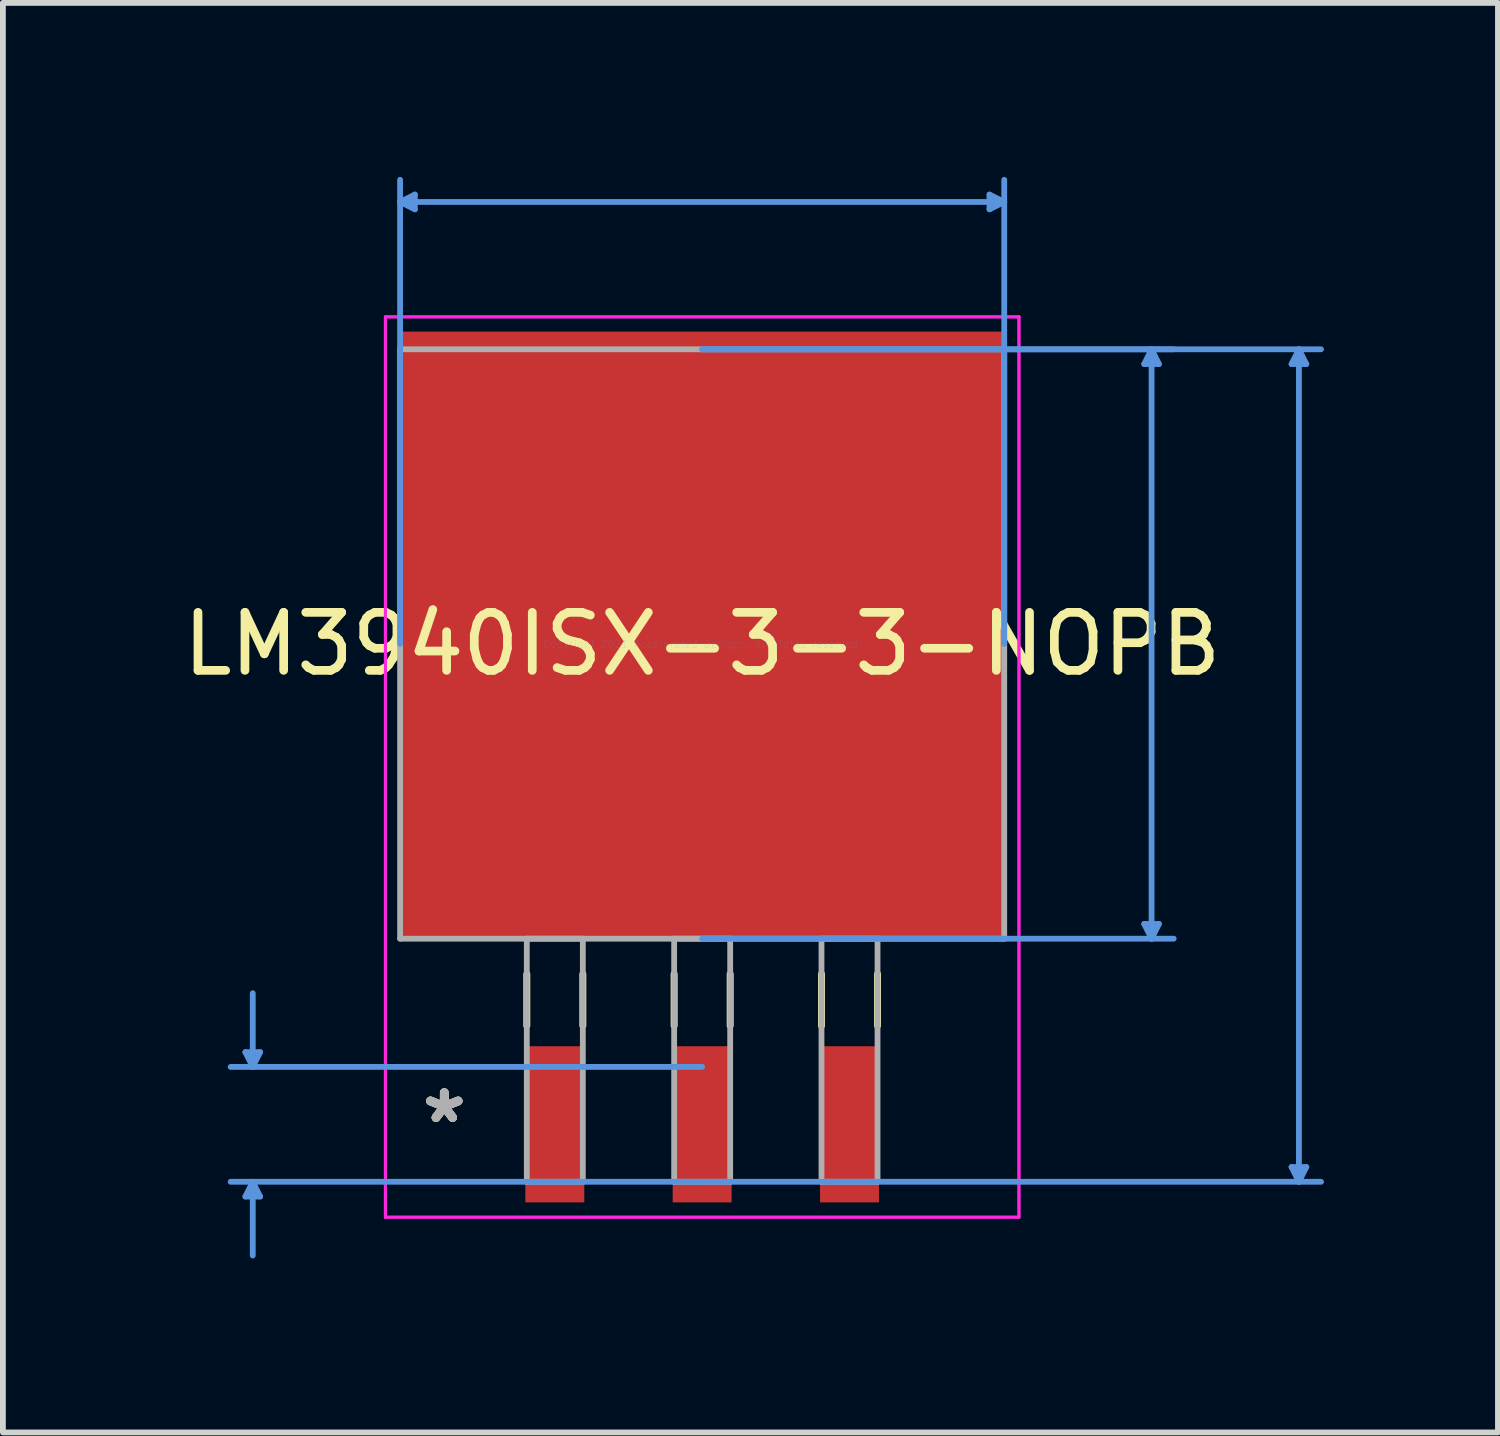
<source format=kicad_pcb>
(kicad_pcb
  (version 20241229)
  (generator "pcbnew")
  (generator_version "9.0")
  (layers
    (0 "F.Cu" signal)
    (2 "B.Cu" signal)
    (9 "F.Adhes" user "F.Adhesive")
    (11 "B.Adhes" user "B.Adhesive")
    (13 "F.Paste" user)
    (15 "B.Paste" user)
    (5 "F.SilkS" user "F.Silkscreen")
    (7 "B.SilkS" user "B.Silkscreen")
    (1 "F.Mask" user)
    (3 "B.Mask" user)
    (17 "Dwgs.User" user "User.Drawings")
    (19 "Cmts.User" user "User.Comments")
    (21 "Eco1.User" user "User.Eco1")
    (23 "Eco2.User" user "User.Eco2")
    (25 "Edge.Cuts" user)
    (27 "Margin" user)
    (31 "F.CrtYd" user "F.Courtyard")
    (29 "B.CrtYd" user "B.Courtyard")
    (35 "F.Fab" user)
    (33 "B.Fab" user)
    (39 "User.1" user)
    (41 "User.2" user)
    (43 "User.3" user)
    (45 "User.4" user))
  (footprint "LM3940ISX-3-3-NOPB"
    (layer "F.Cu")
    (at 9.054 8.051)
    (property "Reference" "LM3940ISX-3-3-NOPB" (at 0 0 0) (layer "F.SilkS") (effects (font (size 1 1) (thickness 0.15))))
    (attr through_hole)
    (fp_line (start -3.023 5.69) (end -3.023 6.579) (stroke (width 0.12) (type solid)) (layer "F.SilkS"))
    (fp_line (start -2.057 5.69) (end -2.057 6.579) (stroke (width 0.12) (type solid)) (layer "F.SilkS"))
    (fp_line (start -0.483 5.69) (end -0.483 6.579) (stroke (width 0.12) (type solid)) (layer "F.SilkS"))
    (fp_line (start 0.483 5.69) (end 0.483 6.579) (stroke (width 0.12) (type solid)) (layer "F.SilkS"))
    (fp_line (start 2.057 5.69) (end 2.057 6.579) (stroke (width 0.12) (type solid)) (layer "F.SilkS"))
    (fp_line (start 3.023 5.69) (end 3.023 6.579) (stroke (width 0.12) (type solid)) (layer "F.SilkS"))
    (fp_line (start -7.874 7.036) (end -7.62 7.036) (stroke (width 0.1) (type solid)) (layer "Cmts.User"))
    (fp_line (start -7.874 9.525) (end -7.62 9.525) (stroke (width 0.1) (type solid)) (layer "Cmts.User"))
    (fp_line (start -7.747 7.29) (end -7.874 7.036) (stroke (width 0.1) (type solid)) (layer "Cmts.User"))
    (fp_line (start -7.747 7.29) (end -7.747 6.02) (stroke (width 0.1) (type solid)) (layer "Cmts.User"))
    (fp_line (start -7.747 7.29) (end -7.62 7.036) (stroke (width 0.1) (type solid)) (layer "Cmts.User"))
    (fp_line (start -7.747 9.271) (end -7.874 9.525) (stroke (width 0.1) (type solid)) (layer "Cmts.User"))
    (fp_line (start -7.747 9.271) (end -7.747 10.541) (stroke (width 0.1) (type solid)) (layer "Cmts.User"))
    (fp_line (start -7.747 9.271) (end -7.62 9.525) (stroke (width 0.1) (type solid)) (layer "Cmts.User"))
    (fp_line (start -5.207 -7.62) (end -4.953 -7.747) (stroke (width 0.1) (type solid)) (layer "Cmts.User"))
    (fp_line (start -5.207 -7.62) (end -4.953 -7.493) (stroke (width 0.1) (type solid)) (layer "Cmts.User"))
    (fp_line (start -5.207 -7.62) (end 5.207 -7.62) (stroke (width 0.1) (type solid)) (layer "Cmts.User"))
    (fp_line (start -5.207 0) (end -5.207 -8.001) (stroke (width 0.1) (type solid)) (layer "Cmts.User"))
    (fp_line (start -4.953 -7.747) (end -4.953 -7.493) (stroke (width 0.1) (type solid)) (layer "Cmts.User"))
    (fp_line (start 0 -5.08) (end 8.128 -5.08) (stroke (width 0.1) (type solid)) (layer "Cmts.User"))
    (fp_line (start 0 -5.08) (end 10.668 -5.08) (stroke (width 0.1) (type solid)) (layer "Cmts.User"))
    (fp_line (start 0 5.08) (end 8.128 5.08) (stroke (width 0.1) (type solid)) (layer "Cmts.User"))
    (fp_line (start 0 7.29) (end -8.128 7.29) (stroke (width 0.1) (type solid)) (layer "Cmts.User"))
    (fp_line (start 0 9.271) (end -8.128 9.271) (stroke (width 0.1) (type solid)) (layer "Cmts.User"))
    (fp_line (start 0 9.271) (end 10.668 9.271) (stroke (width 0.1) (type solid)) (layer "Cmts.User"))
    (fp_line (start 4.953 -7.747) (end 4.953 -7.493) (stroke (width 0.1) (type solid)) (layer "Cmts.User"))
    (fp_line (start 5.207 -7.62) (end 4.953 -7.747) (stroke (width 0.1) (type solid)) (layer "Cmts.User"))
    (fp_line (start 5.207 -7.62) (end 4.953 -7.493) (stroke (width 0.1) (type solid)) (layer "Cmts.User"))
    (fp_line (start 5.207 0) (end 5.207 -8.001) (stroke (width 0.1) (type solid)) (layer "Cmts.User"))
    (fp_line (start 7.62 -4.826) (end 7.874 -4.826) (stroke (width 0.1) (type solid)) (layer "Cmts.User"))
    (fp_line (start 7.62 4.826) (end 7.874 4.826) (stroke (width 0.1) (type solid)) (layer "Cmts.User"))
    (fp_line (start 7.747 -5.08) (end 7.62 -4.826) (stroke (width 0.1) (type solid)) (layer "Cmts.User"))
    (fp_line (start 7.747 -5.08) (end 7.747 5.08) (stroke (width 0.1) (type solid)) (layer "Cmts.User"))
    (fp_line (start 7.747 -5.08) (end 7.874 -4.826) (stroke (width 0.1) (type solid)) (layer "Cmts.User"))
    (fp_line (start 7.747 5.08) (end 7.62 4.826) (stroke (width 0.1) (type solid)) (layer "Cmts.User"))
    (fp_line (start 7.747 5.08) (end 7.874 4.826) (stroke (width 0.1) (type solid)) (layer "Cmts.User"))
    (fp_line (start 10.16 -4.826) (end 10.414 -4.826) (stroke (width 0.1) (type solid)) (layer "Cmts.User"))
    (fp_line (start 10.16 9.017) (end 10.414 9.017) (stroke (width 0.1) (type solid)) (layer "Cmts.User"))
    (fp_line (start 10.287 -5.08) (end 10.16 -4.826) (stroke (width 0.1) (type solid)) (layer "Cmts.User"))
    (fp_line (start 10.287 -5.08) (end 10.287 9.271) (stroke (width 0.1) (type solid)) (layer "Cmts.User"))
    (fp_line (start 10.287 -5.08) (end 10.414 -4.826) (stroke (width 0.1) (type solid)) (layer "Cmts.User"))
    (fp_line (start 10.287 9.271) (end 10.16 9.017) (stroke (width 0.1) (type solid)) (layer "Cmts.User"))
    (fp_line (start 10.287 9.271) (end 10.414 9.017) (stroke (width 0.1) (type solid)) (layer "Cmts.User"))
    (fp_line (start -5.461 -5.639) (end 5.461 -5.639) (stroke (width 0.05) (type solid)) (layer "F.CrtYd"))
    (fp_line (start -5.461 -5.639) (end 5.461 -5.639) (stroke (width 0.05) (type solid)) (layer "F.CrtYd"))
    (fp_line (start -5.461 9.881) (end -5.461 -5.639) (stroke (width 0.05) (type solid)) (layer "F.CrtYd"))
    (fp_line (start -5.461 9.881) (end -5.461 -5.639) (stroke (width 0.05) (type solid)) (layer "F.CrtYd"))
    (fp_line (start 5.461 -5.639) (end 5.461 9.881) (stroke (width 0.05) (type solid)) (layer "F.CrtYd"))
    (fp_line (start 5.461 -5.639) (end 5.461 9.881) (stroke (width 0.05) (type solid)) (layer "F.CrtYd"))
    (fp_line (start 5.461 9.881) (end -5.461 9.881) (stroke (width 0.05) (type solid)) (layer "F.CrtYd"))
    (fp_line (start 5.461 9.881) (end -5.461 9.881) (stroke (width 0.05) (type solid)) (layer "F.CrtYd"))
    (fp_line (start -5.207 -5.08) (end -5.207 5.08) (stroke (width 0.1) (type solid)) (layer "F.Fab"))
    (fp_line (start -5.207 5.08) (end 5.207 5.08) (stroke (width 0.1) (type solid)) (layer "F.Fab"))
    (fp_line (start -3.023 5.08) (end -3.023 9.271) (stroke (width 0.1) (type solid)) (layer "F.Fab"))
    (fp_line (start -3.023 9.271) (end -2.057 9.271) (stroke (width 0.1) (type solid)) (layer "F.Fab"))
    (fp_line (start -2.057 5.08) (end -3.023 5.08) (stroke (width 0.1) (type solid)) (layer "F.Fab"))
    (fp_line (start -2.057 9.271) (end -2.057 5.08) (stroke (width 0.1) (type solid)) (layer "F.Fab"))
    (fp_line (start -0.483 5.08) (end -0.483 9.271) (stroke (width 0.1) (type solid)) (layer "F.Fab"))
    (fp_line (start -0.483 9.271) (end 0.483 9.271) (stroke (width 0.1) (type solid)) (layer "F.Fab"))
    (fp_line (start 0.483 5.08) (end -0.483 5.08) (stroke (width 0.1) (type solid)) (layer "F.Fab"))
    (fp_line (start 0.483 9.271) (end 0.483 5.08) (stroke (width 0.1) (type solid)) (layer "F.Fab"))
    (fp_line (start 2.057 5.08) (end 2.057 9.271) (stroke (width 0.1) (type solid)) (layer "F.Fab"))
    (fp_line (start 2.057 9.271) (end 3.023 9.271) (stroke (width 0.1) (type solid)) (layer "F.Fab"))
    (fp_line (start 3.023 5.08) (end 2.057 5.08) (stroke (width 0.1) (type solid)) (layer "F.Fab"))
    (fp_line (start 3.023 9.271) (end 3.023 5.08) (stroke (width 0.1) (type solid)) (layer "F.Fab"))
    (fp_line (start 5.207 -5.08) (end -5.207 -5.08) (stroke (width 0.1) (type solid)) (layer "F.Fab"))
    (fp_line (start 5.207 5.08) (end 5.207 -5.08) (stroke (width 0.1) (type solid)) (layer "F.Fab"))
    (fp_text user "*" (at -4.445 8.28 0) (layer "F.SilkS") (effects (font (size 1 1) (thickness 0.15))))
    (fp_text user "*" (at -4.445 8.28 0) (layer "F.SilkS") (effects (font (size 1 1) (thickness 0.15))))
    (fp_text user "Copyright 2021 Accelerated Designs. All rights reserved." (at 0 0 0) (layer "Cmts.User") (effects (font (size 0.127 0.127) (thickness 0.002))))
    (fp_text user "*" (at -4.445 8.28 0) (layer "F.Fab") (effects (font (size 1 1) (thickness 0.15))))
    (fp_text user "*" (at -4.445 8.28 0) (layer "F.Fab") (effects (font (size 1 1) (thickness 0.15))))
    (pad "1" smd rect (at -2.54 8.28) (size 1.016 2.692) (layers "F.Cu" "F.Mask" "F.Paste"))
    (pad "2" smd rect (at 0 8.28) (size 1.016 2.692) (layers "F.Cu" "F.Mask" "F.Paste"))
    (pad "3" smd rect (at 2.54 8.28) (size 1.016 2.692) (layers "F.Cu" "F.Mask" "F.Paste"))
    (pad "4" smd rect (at 0 -0.152) (size 10.414 10.465) (layers "F.Cu" "F.Mask" "F.Paste")))
  (gr_rect
    (start -3 -3)
    (end 22.772 21.642)
    (stroke (width 0.1) (type default))
    (fill no)
    (layer "Edge.Cuts")))
</source>
